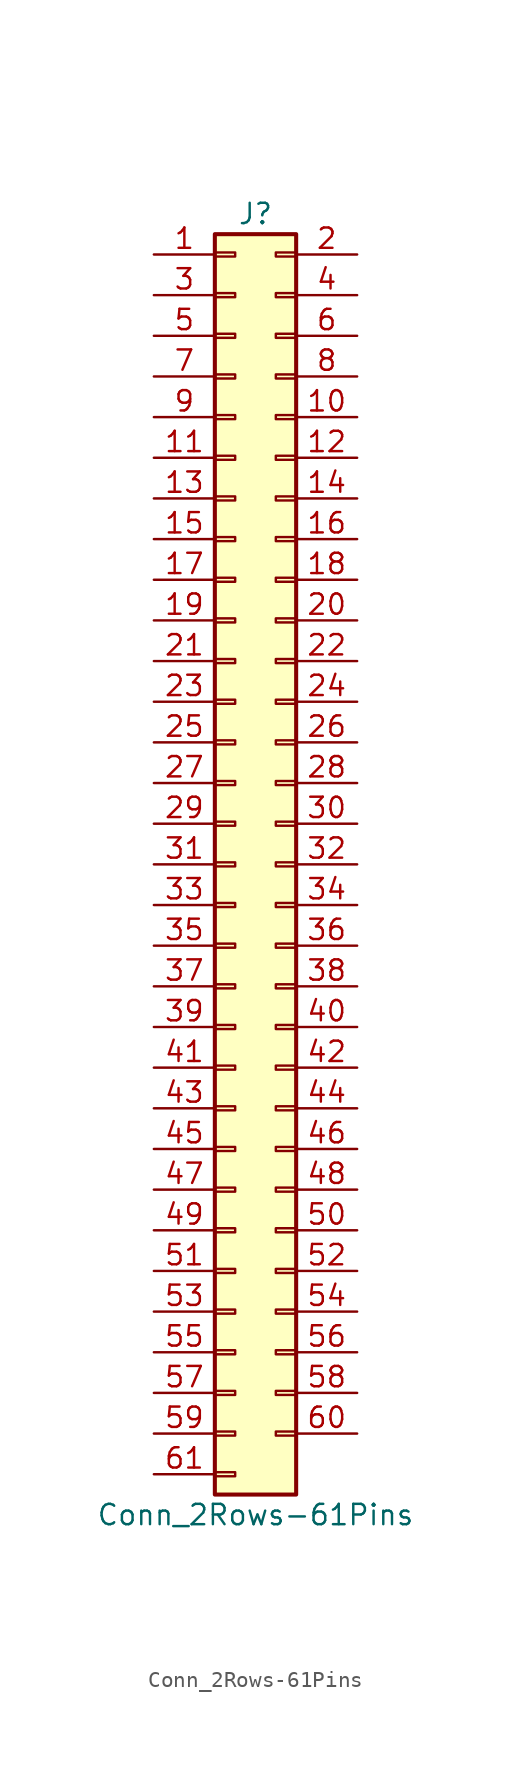
<source format=kicad_sym>
(kicad_symbol_lib
  (version 20211014)
  (generator kicad_symbol_editor)
  (symbol "Conn_2Rows-61Pins"
    (pin_names
      (offset 1.016) hide)
    (property "Reference" "J"
      (at 1.27 40.64 0)
      (effects (font (size 1.27 1.27))))
    (property "Value" "Conn_2Rows-61Pins"
      (at 1.27 -40.64 0)
      (effects (font (size 1.27 1.27))))
    (symbol "Conn_2Rows-61Pins_1_1"
      (rectangle (start -1.27 -37.973) (end 0 -38.227) (stroke (width 0.152) (type default) (color 0 0 0 0)) (fill (type none)))
      (rectangle (start -1.27 -35.433) (end 0 -35.687) (stroke (width 0.152) (type default) (color 0 0 0 0)) (fill (type none)))
      (rectangle (start -1.27 -32.893) (end 0 -33.147) (stroke (width 0.152) (type default) (color 0 0 0 0)) (fill (type none)))
      (rectangle (start -1.27 -30.353) (end 0 -30.607) (stroke (width 0.152) (type default) (color 0 0 0 0)) (fill (type none)))
      (rectangle (start -1.27 -27.813) (end 0 -28.067) (stroke (width 0.152) (type default) (color 0 0 0 0)) (fill (type none)))
      (rectangle (start -1.27 -25.273) (end 0 -25.527) (stroke (width 0.152) (type default) (color 0 0 0 0)) (fill (type none)))
      (rectangle (start -1.27 -22.733) (end 0 -22.987) (stroke (width 0.152) (type default) (color 0 0 0 0)) (fill (type none)))
      (rectangle (start -1.27 -20.193) (end 0 -20.447) (stroke (width 0.152) (type default) (color 0 0 0 0)) (fill (type none)))
      (rectangle (start -1.27 -17.653) (end 0 -17.907) (stroke (width 0.152) (type default) (color 0 0 0 0)) (fill (type none)))
      (rectangle (start -1.27 -15.113) (end 0 -15.367) (stroke (width 0.152) (type default) (color 0 0 0 0)) (fill (type none)))
      (rectangle (start -1.27 -12.573) (end 0 -12.827) (stroke (width 0.152) (type default) (color 0 0 0 0)) (fill (type none)))
      (rectangle (start -1.27 -10.033) (end 0 -10.287) (stroke (width 0.152) (type default) (color 0 0 0 0)) (fill (type none)))
      (rectangle (start -1.27 -7.493) (end 0 -7.747) (stroke (width 0.152) (type default) (color 0 0 0 0)) (fill (type none)))
      (rectangle (start -1.27 -4.953) (end 0 -5.207) (stroke (width 0.152) (type default) (color 0 0 0 0)) (fill (type none)))
      (rectangle (start -1.27 -2.413) (end 0 -2.667) (stroke (width 0.152) (type default) (color 0 0 0 0)) (fill (type none)))
      (rectangle (start -1.27 0.127) (end 0 -0.127) (stroke (width 0.152) (type default) (color 0 0 0 0)) (fill (type none)))
      (rectangle (start -1.27 2.667) (end 0 2.413) (stroke (width 0.152) (type default) (color 0 0 0 0)) (fill (type none)))
      (rectangle (start -1.27 5.207) (end 0 4.953) (stroke (width 0.152) (type default) (color 0 0 0 0)) (fill (type none)))
      (rectangle (start -1.27 7.747) (end 0 7.493) (stroke (width 0.152) (type default) (color 0 0 0 0)) (fill (type none)))
      (rectangle (start -1.27 10.287) (end 0 10.033) (stroke (width 0.152) (type default) (color 0 0 0 0)) (fill (type none)))
      (rectangle (start -1.27 12.827) (end 0 12.573) (stroke (width 0.152) (type default) (color 0 0 0 0)) (fill (type none)))
      (rectangle (start -1.27 15.367) (end 0 15.113) (stroke (width 0.152) (type default) (color 0 0 0 0)) (fill (type none)))
      (rectangle (start -1.27 17.907) (end 0 17.653) (stroke (width 0.152) (type default) (color 0 0 0 0)) (fill (type none)))
      (rectangle (start -1.27 20.447) (end 0 20.193) (stroke (width 0.152) (type default) (color 0 0 0 0)) (fill (type none)))
      (rectangle (start -1.27 22.987) (end 0 22.733) (stroke (width 0.152) (type default) (color 0 0 0 0)) (fill (type none)))
      (rectangle (start -1.27 25.527) (end 0 25.273) (stroke (width 0.152) (type default) (color 0 0 0 0)) (fill (type none)))
      (rectangle (start -1.27 28.067) (end 0 27.813) (stroke (width 0.152) (type default) (color 0 0 0 0)) (fill (type none)))
      (rectangle (start -1.27 30.607) (end 0 30.353) (stroke (width 0.152) (type default) (color 0 0 0 0)) (fill (type none)))
      (rectangle (start -1.27 33.147) (end 0 32.893) (stroke (width 0.152) (type default) (color 0 0 0 0)) (fill (type none)))
      (rectangle (start -1.27 35.687) (end 0 35.433) (stroke (width 0.152) (type default) (color 0 0 0 0)) (fill (type none)))
      (rectangle (start -1.27 38.227) (end 0 37.973) (stroke (width 0.152) (type default) (color 0 0 0 0)) (fill (type none)))
      (rectangle (start -1.27 39.37) (end 3.81 -39.37) (stroke (width 0.254) (type default) (color 0 0 0 0)) (fill (type background)))
      (rectangle (start 3.81 -35.433) (end 2.54 -35.687) (stroke (width 0.152) (type default) (color 0 0 0 0)) (fill (type none)))
      (rectangle (start 3.81 -32.893) (end 2.54 -33.147) (stroke (width 0.152) (type default) (color 0 0 0 0)) (fill (type none)))
      (rectangle (start 3.81 -30.353) (end 2.54 -30.607) (stroke (width 0.152) (type default) (color 0 0 0 0)) (fill (type none)))
      (rectangle (start 3.81 -27.813) (end 2.54 -28.067) (stroke (width 0.152) (type default) (color 0 0 0 0)) (fill (type none)))
      (rectangle (start 3.81 -25.273) (end 2.54 -25.527) (stroke (width 0.152) (type default) (color 0 0 0 0)) (fill (type none)))
      (rectangle (start 3.81 -22.733) (end 2.54 -22.987) (stroke (width 0.152) (type default) (color 0 0 0 0)) (fill (type none)))
      (rectangle (start 3.81 -20.193) (end 2.54 -20.447) (stroke (width 0.152) (type default) (color 0 0 0 0)) (fill (type none)))
      (rectangle (start 3.81 -17.653) (end 2.54 -17.907) (stroke (width 0.152) (type default) (color 0 0 0 0)) (fill (type none)))
      (rectangle (start 3.81 -15.113) (end 2.54 -15.367) (stroke (width 0.152) (type default) (color 0 0 0 0)) (fill (type none)))
      (rectangle (start 3.81 -12.573) (end 2.54 -12.827) (stroke (width 0.152) (type default) (color 0 0 0 0)) (fill (type none)))
      (rectangle (start 3.81 -10.033) (end 2.54 -10.287) (stroke (width 0.152) (type default) (color 0 0 0 0)) (fill (type none)))
      (rectangle (start 3.81 -7.493) (end 2.54 -7.747) (stroke (width 0.152) (type default) (color 0 0 0 0)) (fill (type none)))
      (rectangle (start 3.81 -4.953) (end 2.54 -5.207) (stroke (width 0.152) (type default) (color 0 0 0 0)) (fill (type none)))
      (rectangle (start 3.81 -2.413) (end 2.54 -2.667) (stroke (width 0.152) (type default) (color 0 0 0 0)) (fill (type none)))
      (rectangle (start 3.81 0.127) (end 2.54 -0.127) (stroke (width 0.152) (type default) (color 0 0 0 0)) (fill (type none)))
      (rectangle (start 3.81 2.667) (end 2.54 2.413) (stroke (width 0.152) (type default) (color 0 0 0 0)) (fill (type none)))
      (rectangle (start 3.81 5.207) (end 2.54 4.953) (stroke (width 0.152) (type default) (color 0 0 0 0)) (fill (type none)))
      (rectangle (start 3.81 7.747) (end 2.54 7.493) (stroke (width 0.152) (type default) (color 0 0 0 0)) (fill (type none)))
      (rectangle (start 3.81 10.287) (end 2.54 10.033) (stroke (width 0.152) (type default) (color 0 0 0 0)) (fill (type none)))
      (rectangle (start 3.81 12.827) (end 2.54 12.573) (stroke (width 0.152) (type default) (color 0 0 0 0)) (fill (type none)))
      (rectangle (start 3.81 15.367) (end 2.54 15.113) (stroke (width 0.152) (type default) (color 0 0 0 0)) (fill (type none)))
      (rectangle (start 3.81 17.907) (end 2.54 17.653) (stroke (width 0.152) (type default) (color 0 0 0 0)) (fill (type none)))
      (rectangle (start 3.81 20.447) (end 2.54 20.193) (stroke (width 0.152) (type default) (color 0 0 0 0)) (fill (type none)))
      (rectangle (start 3.81 22.987) (end 2.54 22.733) (stroke (width 0.152) (type default) (color 0 0 0 0)) (fill (type none)))
      (rectangle (start 3.81 25.527) (end 2.54 25.273) (stroke (width 0.152) (type default) (color 0 0 0 0)) (fill (type none)))
      (rectangle (start 3.81 28.067) (end 2.54 27.813) (stroke (width 0.152) (type default) (color 0 0 0 0)) (fill (type none)))
      (rectangle (start 3.81 30.607) (end 2.54 30.353) (stroke (width 0.152) (type default) (color 0 0 0 0)) (fill (type none)))
      (rectangle (start 3.81 33.147) (end 2.54 32.893) (stroke (width 0.152) (type default) (color 0 0 0 0)) (fill (type none)))
      (rectangle (start 3.81 35.687) (end 2.54 35.433) (stroke (width 0.152) (type default) (color 0 0 0 0)) (fill (type none)))
      (rectangle (start 3.81 38.227) (end 2.54 37.973) (stroke (width 0.152) (type default) (color 0 0 0 0)) (fill (type none)))
      (pin passive line (at -5.08 38.1 0) (length 3.81) (name "Pin_1" (effects (font (size 1.27 1.27)))) (number "1" (effects (font (size 1.27 1.27)))))
      (pin passive line (at 7.62 27.94 180) (length 3.81) (name "Pin_10" (effects (font (size 1.27 1.27)))) (number "10" (effects (font (size 1.27 1.27)))))
      (pin passive line (at -5.08 25.4 0) (length 3.81) (name "Pin_11" (effects (font (size 1.27 1.27)))) (number "11" (effects (font (size 1.27 1.27)))))
      (pin passive line (at 7.62 25.4 180) (length 3.81) (name "Pin_12" (effects (font (size 1.27 1.27)))) (number "12" (effects (font (size 1.27 1.27)))))
      (pin passive line (at -5.08 22.86 0) (length 3.81) (name "Pin_13" (effects (font (size 1.27 1.27)))) (number "13" (effects (font (size 1.27 1.27)))))
      (pin passive line (at 7.62 22.86 180) (length 3.81) (name "Pin_14" (effects (font (size 1.27 1.27)))) (number "14" (effects (font (size 1.27 1.27)))))
      (pin passive line (at -5.08 20.32 0) (length 3.81) (name "Pin_15" (effects (font (size 1.27 1.27)))) (number "15" (effects (font (size 1.27 1.27)))))
      (pin passive line (at 7.62 20.32 180) (length 3.81) (name "Pin_16" (effects (font (size 1.27 1.27)))) (number "16" (effects (font (size 1.27 1.27)))))
      (pin passive line (at -5.08 17.78 0) (length 3.81) (name "Pin_17" (effects (font (size 1.27 1.27)))) (number "17" (effects (font (size 1.27 1.27)))))
      (pin passive line (at 7.62 17.78 180) (length 3.81) (name "Pin_18" (effects (font (size 1.27 1.27)))) (number "18" (effects (font (size 1.27 1.27)))))
      (pin passive line (at -5.08 15.24 0) (length 3.81) (name "Pin_19" (effects (font (size 1.27 1.27)))) (number "19" (effects (font (size 1.27 1.27)))))
      (pin passive line (at 7.62 38.1 180) (length 3.81) (name "Pin_2" (effects (font (size 1.27 1.27)))) (number "2" (effects (font (size 1.27 1.27)))))
      (pin passive line (at 7.62 15.24 180) (length 3.81) (name "Pin_20" (effects (font (size 1.27 1.27)))) (number "20" (effects (font (size 1.27 1.27)))))
      (pin passive line (at -5.08 12.7 0) (length 3.81) (name "Pin_21" (effects (font (size 1.27 1.27)))) (number "21" (effects (font (size 1.27 1.27)))))
      (pin passive line (at 7.62 12.7 180) (length 3.81) (name "Pin_22" (effects (font (size 1.27 1.27)))) (number "22" (effects (font (size 1.27 1.27)))))
      (pin passive line (at -5.08 10.16 0) (length 3.81) (name "Pin_23" (effects (font (size 1.27 1.27)))) (number "23" (effects (font (size 1.27 1.27)))))
      (pin passive line (at 7.62 10.16 180) (length 3.81) (name "Pin_24" (effects (font (size 1.27 1.27)))) (number "24" (effects (font (size 1.27 1.27)))))
      (pin passive line (at -5.08 7.62 0) (length 3.81) (name "Pin_25" (effects (font (size 1.27 1.27)))) (number "25" (effects (font (size 1.27 1.27)))))
      (pin passive line (at 7.62 7.62 180) (length 3.81) (name "Pin_26" (effects (font (size 1.27 1.27)))) (number "26" (effects (font (size 1.27 1.27)))))
      (pin passive line (at -5.08 5.08 0) (length 3.81) (name "Pin_27" (effects (font (size 1.27 1.27)))) (number "27" (effects (font (size 1.27 1.27)))))
      (pin passive line (at 7.62 5.08 180) (length 3.81) (name "Pin_28" (effects (font (size 1.27 1.27)))) (number "28" (effects (font (size 1.27 1.27)))))
      (pin passive line (at -5.08 2.54 0) (length 3.81) (name "Pin_29" (effects (font (size 1.27 1.27)))) (number "29" (effects (font (size 1.27 1.27)))))
      (pin passive line (at -5.08 35.56 0) (length 3.81) (name "Pin_3" (effects (font (size 1.27 1.27)))) (number "3" (effects (font (size 1.27 1.27)))))
      (pin passive line (at 7.62 2.54 180) (length 3.81) (name "Pin_30" (effects (font (size 1.27 1.27)))) (number "30" (effects (font (size 1.27 1.27)))))
      (pin passive line (at -5.08 0 0) (length 3.81) (name "Pin_31" (effects (font (size 1.27 1.27)))) (number "31" (effects (font (size 1.27 1.27)))))
      (pin passive line (at 7.62 0 180) (length 3.81) (name "Pin_32" (effects (font (size 1.27 1.27)))) (number "32" (effects (font (size 1.27 1.27)))))
      (pin passive line (at -5.08 -2.54 0) (length 3.81) (name "Pin_33" (effects (font (size 1.27 1.27)))) (number "33" (effects (font (size 1.27 1.27)))))
      (pin passive line (at 7.62 -2.54 180) (length 3.81) (name "Pin_34" (effects (font (size 1.27 1.27)))) (number "34" (effects (font (size 1.27 1.27)))))
      (pin passive line (at -5.08 -5.08 0) (length 3.81) (name "Pin_35" (effects (font (size 1.27 1.27)))) (number "35" (effects (font (size 1.27 1.27)))))
      (pin passive line (at 7.62 -5.08 180) (length 3.81) (name "Pin_36" (effects (font (size 1.27 1.27)))) (number "36" (effects (font (size 1.27 1.27)))))
      (pin passive line (at -5.08 -7.62 0) (length 3.81) (name "Pin_37" (effects (font (size 1.27 1.27)))) (number "37" (effects (font (size 1.27 1.27)))))
      (pin passive line (at 7.62 -7.62 180) (length 3.81) (name "Pin_38" (effects (font (size 1.27 1.27)))) (number "38" (effects (font (size 1.27 1.27)))))
      (pin passive line (at -5.08 -10.16 0) (length 3.81) (name "Pin_39" (effects (font (size 1.27 1.27)))) (number "39" (effects (font (size 1.27 1.27)))))
      (pin passive line (at 7.62 35.56 180) (length 3.81) (name "Pin_4" (effects (font (size 1.27 1.27)))) (number "4" (effects (font (size 1.27 1.27)))))
      (pin passive line (at 7.62 -10.16 180) (length 3.81) (name "Pin_40" (effects (font (size 1.27 1.27)))) (number "40" (effects (font (size 1.27 1.27)))))
      (pin passive line (at -5.08 -12.7 0) (length 3.81) (name "Pin_41" (effects (font (size 1.27 1.27)))) (number "41" (effects (font (size 1.27 1.27)))))
      (pin passive line (at 7.62 -12.7 180) (length 3.81) (name "Pin_42" (effects (font (size 1.27 1.27)))) (number "42" (effects (font (size 1.27 1.27)))))
      (pin passive line (at -5.08 -15.24 0) (length 3.81) (name "Pin_43" (effects (font (size 1.27 1.27)))) (number "43" (effects (font (size 1.27 1.27)))))
      (pin passive line (at 7.62 -15.24 180) (length 3.81) (name "Pin_44" (effects (font (size 1.27 1.27)))) (number "44" (effects (font (size 1.27 1.27)))))
      (pin passive line (at -5.08 -17.78 0) (length 3.81) (name "Pin_45" (effects (font (size 1.27 1.27)))) (number "45" (effects (font (size 1.27 1.27)))))
      (pin passive line (at 7.62 -17.78 180) (length 3.81) (name "Pin_46" (effects (font (size 1.27 1.27)))) (number "46" (effects (font (size 1.27 1.27)))))
      (pin passive line (at -5.08 -20.32 0) (length 3.81) (name "Pin_47" (effects (font (size 1.27 1.27)))) (number "47" (effects (font (size 1.27 1.27)))))
      (pin passive line (at 7.62 -20.32 180) (length 3.81) (name "Pin_48" (effects (font (size 1.27 1.27)))) (number "48" (effects (font (size 1.27 1.27)))))
      (pin passive line (at -5.08 -22.86 0) (length 3.81) (name "Pin_49" (effects (font (size 1.27 1.27)))) (number "49" (effects (font (size 1.27 1.27)))))
      (pin passive line (at -5.08 33.02 0) (length 3.81) (name "Pin_5" (effects (font (size 1.27 1.27)))) (number "5" (effects (font (size 1.27 1.27)))))
      (pin passive line (at 7.62 -22.86 180) (length 3.81) (name "Pin_50" (effects (font (size 1.27 1.27)))) (number "50" (effects (font (size 1.27 1.27)))))
      (pin passive line (at -5.08 -25.4 0) (length 3.81) (name "Pin_51" (effects (font (size 1.27 1.27)))) (number "51" (effects (font (size 1.27 1.27)))))
      (pin passive line (at 7.62 -25.4 180) (length 3.81) (name "Pin_52" (effects (font (size 1.27 1.27)))) (number "52" (effects (font (size 1.27 1.27)))))
      (pin passive line (at -5.08 -27.94 0) (length 3.81) (name "Pin_53" (effects (font (size 1.27 1.27)))) (number "53" (effects (font (size 1.27 1.27)))))
      (pin passive line (at 7.62 -27.94 180) (length 3.81) (name "Pin_54" (effects (font (size 1.27 1.27)))) (number "54" (effects (font (size 1.27 1.27)))))
      (pin passive line (at -5.08 -30.48 0) (length 3.81) (name "Pin_55" (effects (font (size 1.27 1.27)))) (number "55" (effects (font (size 1.27 1.27)))))
      (pin passive line (at 7.62 -30.48 180) (length 3.81) (name "Pin_56" (effects (font (size 1.27 1.27)))) (number "56" (effects (font (size 1.27 1.27)))))
      (pin passive line (at -5.08 -33.02 0) (length 3.81) (name "Pin_57" (effects (font (size 1.27 1.27)))) (number "57" (effects (font (size 1.27 1.27)))))
      (pin passive line (at 7.62 -33.02 180) (length 3.81) (name "Pin_58" (effects (font (size 1.27 1.27)))) (number "58" (effects (font (size 1.27 1.27)))))
      (pin passive line (at -5.08 -35.56 0) (length 3.81) (name "Pin_59" (effects (font (size 1.27 1.27)))) (number "59" (effects (font (size 1.27 1.27)))))
      (pin passive line (at 7.62 33.02 180) (length 3.81) (name "Pin_6" (effects (font (size 1.27 1.27)))) (number "6" (effects (font (size 1.27 1.27)))))
      (pin passive line (at 7.62 -35.56 180) (length 3.81) (name "Pin_60" (effects (font (size 1.27 1.27)))) (number "60" (effects (font (size 1.27 1.27)))))
      (pin passive line (at -5.08 -38.1 0) (length 3.81) (name "Pin_61" (effects (font (size 1.27 1.27)))) (number "61" (effects (font (size 1.27 1.27)))))
      (pin passive line (at -5.08 30.48 0) (length 3.81) (name "Pin_7" (effects (font (size 1.27 1.27)))) (number "7" (effects (font (size 1.27 1.27)))))
      (pin passive line (at 7.62 30.48 180) (length 3.81) (name "Pin_8" (effects (font (size 1.27 1.27)))) (number "8" (effects (font (size 1.27 1.27)))))
      (pin passive line (at -5.08 27.94 0) (length 3.81) (name "Pin_9" (effects (font (size 1.27 1.27)))) (number "9" (effects (font (size 1.27 1.27))))))))
</source>
